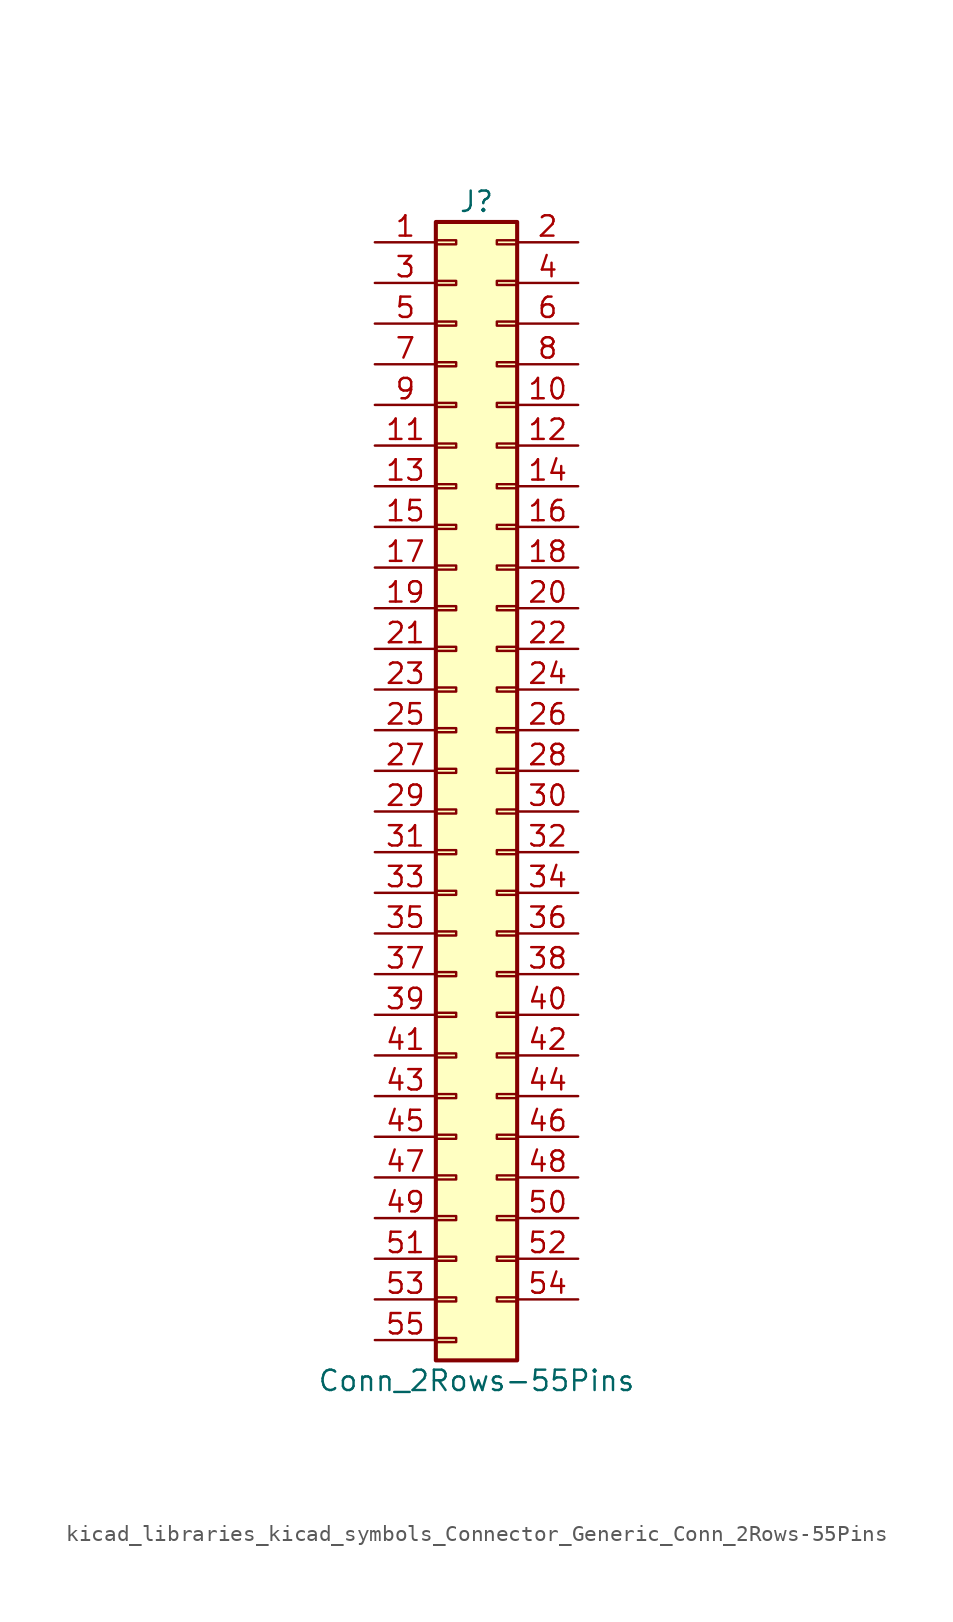
<source format=kicad_sym>
(kicad_symbol_lib
  (version 20220914)
  (generator kicad_symbol_editor)
  (symbol "kicad_libraries_kicad_symbols_Connector_Generic_Conn_2Rows-55Pins"
    (pin_names
      (offset 1.016) hide)
    (property "Reference" "J"
      (at 1.27 35.56 0)
      (effects (font (size 1.27 1.27))))
    (property "Value" "Conn_2Rows-55Pins"
      (at 1.27 -38.1 0)
      (effects (font (size 1.27 1.27))))
    (symbol "kicad_libraries_kicad_symbols_Connector_Generic_Conn_2Rows-55Pins_1_1"
      (rectangle (start -1.27 -35.433) (end 0 -35.687) (stroke (width 0.152) (type default)) (fill (type none)))
      (rectangle (start -1.27 -32.893) (end 0 -33.147) (stroke (width 0.152) (type default)) (fill (type none)))
      (rectangle (start -1.27 -30.353) (end 0 -30.607) (stroke (width 0.152) (type default)) (fill (type none)))
      (rectangle (start -1.27 -27.813) (end 0 -28.067) (stroke (width 0.152) (type default)) (fill (type none)))
      (rectangle (start -1.27 -25.273) (end 0 -25.527) (stroke (width 0.152) (type default)) (fill (type none)))
      (rectangle (start -1.27 -22.733) (end 0 -22.987) (stroke (width 0.152) (type default)) (fill (type none)))
      (rectangle (start -1.27 -20.193) (end 0 -20.447) (stroke (width 0.152) (type default)) (fill (type none)))
      (rectangle (start -1.27 -17.653) (end 0 -17.907) (stroke (width 0.152) (type default)) (fill (type none)))
      (rectangle (start -1.27 -15.113) (end 0 -15.367) (stroke (width 0.152) (type default)) (fill (type none)))
      (rectangle (start -1.27 -12.573) (end 0 -12.827) (stroke (width 0.152) (type default)) (fill (type none)))
      (rectangle (start -1.27 -10.033) (end 0 -10.287) (stroke (width 0.152) (type default)) (fill (type none)))
      (rectangle (start -1.27 -7.493) (end 0 -7.747) (stroke (width 0.152) (type default)) (fill (type none)))
      (rectangle (start -1.27 -4.953) (end 0 -5.207) (stroke (width 0.152) (type default)) (fill (type none)))
      (rectangle (start -1.27 -2.413) (end 0 -2.667) (stroke (width 0.152) (type default)) (fill (type none)))
      (rectangle (start -1.27 0.127) (end 0 -0.127) (stroke (width 0.152) (type default)) (fill (type none)))
      (rectangle (start -1.27 2.667) (end 0 2.413) (stroke (width 0.152) (type default)) (fill (type none)))
      (rectangle (start -1.27 5.207) (end 0 4.953) (stroke (width 0.152) (type default)) (fill (type none)))
      (rectangle (start -1.27 7.747) (end 0 7.493) (stroke (width 0.152) (type default)) (fill (type none)))
      (rectangle (start -1.27 10.287) (end 0 10.033) (stroke (width 0.152) (type default)) (fill (type none)))
      (rectangle (start -1.27 12.827) (end 0 12.573) (stroke (width 0.152) (type default)) (fill (type none)))
      (rectangle (start -1.27 15.367) (end 0 15.113) (stroke (width 0.152) (type default)) (fill (type none)))
      (rectangle (start -1.27 17.907) (end 0 17.653) (stroke (width 0.152) (type default)) (fill (type none)))
      (rectangle (start -1.27 20.447) (end 0 20.193) (stroke (width 0.152) (type default)) (fill (type none)))
      (rectangle (start -1.27 22.987) (end 0 22.733) (stroke (width 0.152) (type default)) (fill (type none)))
      (rectangle (start -1.27 25.527) (end 0 25.273) (stroke (width 0.152) (type default)) (fill (type none)))
      (rectangle (start -1.27 28.067) (end 0 27.813) (stroke (width 0.152) (type default)) (fill (type none)))
      (rectangle (start -1.27 30.607) (end 0 30.353) (stroke (width 0.152) (type default)) (fill (type none)))
      (rectangle (start -1.27 33.147) (end 0 32.893) (stroke (width 0.152) (type default)) (fill (type none)))
      (rectangle (start -1.27 34.29) (end 3.81 -36.83) (stroke (width 0.254) (type default)) (fill (type background)))
      (rectangle (start 3.81 -32.893) (end 2.54 -33.147) (stroke (width 0.152) (type default)) (fill (type none)))
      (rectangle (start 3.81 -30.353) (end 2.54 -30.607) (stroke (width 0.152) (type default)) (fill (type none)))
      (rectangle (start 3.81 -27.813) (end 2.54 -28.067) (stroke (width 0.152) (type default)) (fill (type none)))
      (rectangle (start 3.81 -25.273) (end 2.54 -25.527) (stroke (width 0.152) (type default)) (fill (type none)))
      (rectangle (start 3.81 -22.733) (end 2.54 -22.987) (stroke (width 0.152) (type default)) (fill (type none)))
      (rectangle (start 3.81 -20.193) (end 2.54 -20.447) (stroke (width 0.152) (type default)) (fill (type none)))
      (rectangle (start 3.81 -17.653) (end 2.54 -17.907) (stroke (width 0.152) (type default)) (fill (type none)))
      (rectangle (start 3.81 -15.113) (end 2.54 -15.367) (stroke (width 0.152) (type default)) (fill (type none)))
      (rectangle (start 3.81 -12.573) (end 2.54 -12.827) (stroke (width 0.152) (type default)) (fill (type none)))
      (rectangle (start 3.81 -10.033) (end 2.54 -10.287) (stroke (width 0.152) (type default)) (fill (type none)))
      (rectangle (start 3.81 -7.493) (end 2.54 -7.747) (stroke (width 0.152) (type default)) (fill (type none)))
      (rectangle (start 3.81 -4.953) (end 2.54 -5.207) (stroke (width 0.152) (type default)) (fill (type none)))
      (rectangle (start 3.81 -2.413) (end 2.54 -2.667) (stroke (width 0.152) (type default)) (fill (type none)))
      (rectangle (start 3.81 0.127) (end 2.54 -0.127) (stroke (width 0.152) (type default)) (fill (type none)))
      (rectangle (start 3.81 2.667) (end 2.54 2.413) (stroke (width 0.152) (type default)) (fill (type none)))
      (rectangle (start 3.81 5.207) (end 2.54 4.953) (stroke (width 0.152) (type default)) (fill (type none)))
      (rectangle (start 3.81 7.747) (end 2.54 7.493) (stroke (width 0.152) (type default)) (fill (type none)))
      (rectangle (start 3.81 10.287) (end 2.54 10.033) (stroke (width 0.152) (type default)) (fill (type none)))
      (rectangle (start 3.81 12.827) (end 2.54 12.573) (stroke (width 0.152) (type default)) (fill (type none)))
      (rectangle (start 3.81 15.367) (end 2.54 15.113) (stroke (width 0.152) (type default)) (fill (type none)))
      (rectangle (start 3.81 17.907) (end 2.54 17.653) (stroke (width 0.152) (type default)) (fill (type none)))
      (rectangle (start 3.81 20.447) (end 2.54 20.193) (stroke (width 0.152) (type default)) (fill (type none)))
      (rectangle (start 3.81 22.987) (end 2.54 22.733) (stroke (width 0.152) (type default)) (fill (type none)))
      (rectangle (start 3.81 25.527) (end 2.54 25.273) (stroke (width 0.152) (type default)) (fill (type none)))
      (rectangle (start 3.81 28.067) (end 2.54 27.813) (stroke (width 0.152) (type default)) (fill (type none)))
      (rectangle (start 3.81 30.607) (end 2.54 30.353) (stroke (width 0.152) (type default)) (fill (type none)))
      (rectangle (start 3.81 33.147) (end 2.54 32.893) (stroke (width 0.152) (type default)) (fill (type none)))
      (pin passive line (at -5.08 33.02 0) (length 3.81) (name "Pin_1" (effects (font (size 1.27 1.27)))) (number "1" (effects (font (size 1.27 1.27)))))
      (pin passive line (at 7.62 22.86 180) (length 3.81) (name "Pin_10" (effects (font (size 1.27 1.27)))) (number "10" (effects (font (size 1.27 1.27)))))
      (pin passive line (at -5.08 20.32 0) (length 3.81) (name "Pin_11" (effects (font (size 1.27 1.27)))) (number "11" (effects (font (size 1.27 1.27)))))
      (pin passive line (at 7.62 20.32 180) (length 3.81) (name "Pin_12" (effects (font (size 1.27 1.27)))) (number "12" (effects (font (size 1.27 1.27)))))
      (pin passive line (at -5.08 17.78 0) (length 3.81) (name "Pin_13" (effects (font (size 1.27 1.27)))) (number "13" (effects (font (size 1.27 1.27)))))
      (pin passive line (at 7.62 17.78 180) (length 3.81) (name "Pin_14" (effects (font (size 1.27 1.27)))) (number "14" (effects (font (size 1.27 1.27)))))
      (pin passive line (at -5.08 15.24 0) (length 3.81) (name "Pin_15" (effects (font (size 1.27 1.27)))) (number "15" (effects (font (size 1.27 1.27)))))
      (pin passive line (at 7.62 15.24 180) (length 3.81) (name "Pin_16" (effects (font (size 1.27 1.27)))) (number "16" (effects (font (size 1.27 1.27)))))
      (pin passive line (at -5.08 12.7 0) (length 3.81) (name "Pin_17" (effects (font (size 1.27 1.27)))) (number "17" (effects (font (size 1.27 1.27)))))
      (pin passive line (at 7.62 12.7 180) (length 3.81) (name "Pin_18" (effects (font (size 1.27 1.27)))) (number "18" (effects (font (size 1.27 1.27)))))
      (pin passive line (at -5.08 10.16 0) (length 3.81) (name "Pin_19" (effects (font (size 1.27 1.27)))) (number "19" (effects (font (size 1.27 1.27)))))
      (pin passive line (at 7.62 33.02 180) (length 3.81) (name "Pin_2" (effects (font (size 1.27 1.27)))) (number "2" (effects (font (size 1.27 1.27)))))
      (pin passive line (at 7.62 10.16 180) (length 3.81) (name "Pin_20" (effects (font (size 1.27 1.27)))) (number "20" (effects (font (size 1.27 1.27)))))
      (pin passive line (at -5.08 7.62 0) (length 3.81) (name "Pin_21" (effects (font (size 1.27 1.27)))) (number "21" (effects (font (size 1.27 1.27)))))
      (pin passive line (at 7.62 7.62 180) (length 3.81) (name "Pin_22" (effects (font (size 1.27 1.27)))) (number "22" (effects (font (size 1.27 1.27)))))
      (pin passive line (at -5.08 5.08 0) (length 3.81) (name "Pin_23" (effects (font (size 1.27 1.27)))) (number "23" (effects (font (size 1.27 1.27)))))
      (pin passive line (at 7.62 5.08 180) (length 3.81) (name "Pin_24" (effects (font (size 1.27 1.27)))) (number "24" (effects (font (size 1.27 1.27)))))
      (pin passive line (at -5.08 2.54 0) (length 3.81) (name "Pin_25" (effects (font (size 1.27 1.27)))) (number "25" (effects (font (size 1.27 1.27)))))
      (pin passive line (at 7.62 2.54 180) (length 3.81) (name "Pin_26" (effects (font (size 1.27 1.27)))) (number "26" (effects (font (size 1.27 1.27)))))
      (pin passive line (at -5.08 0 0) (length 3.81) (name "Pin_27" (effects (font (size 1.27 1.27)))) (number "27" (effects (font (size 1.27 1.27)))))
      (pin passive line (at 7.62 0 180) (length 3.81) (name "Pin_28" (effects (font (size 1.27 1.27)))) (number "28" (effects (font (size 1.27 1.27)))))
      (pin passive line (at -5.08 -2.54 0) (length 3.81) (name "Pin_29" (effects (font (size 1.27 1.27)))) (number "29" (effects (font (size 1.27 1.27)))))
      (pin passive line (at -5.08 30.48 0) (length 3.81) (name "Pin_3" (effects (font (size 1.27 1.27)))) (number "3" (effects (font (size 1.27 1.27)))))
      (pin passive line (at 7.62 -2.54 180) (length 3.81) (name "Pin_30" (effects (font (size 1.27 1.27)))) (number "30" (effects (font (size 1.27 1.27)))))
      (pin passive line (at -5.08 -5.08 0) (length 3.81) (name "Pin_31" (effects (font (size 1.27 1.27)))) (number "31" (effects (font (size 1.27 1.27)))))
      (pin passive line (at 7.62 -5.08 180) (length 3.81) (name "Pin_32" (effects (font (size 1.27 1.27)))) (number "32" (effects (font (size 1.27 1.27)))))
      (pin passive line (at -5.08 -7.62 0) (length 3.81) (name "Pin_33" (effects (font (size 1.27 1.27)))) (number "33" (effects (font (size 1.27 1.27)))))
      (pin passive line (at 7.62 -7.62 180) (length 3.81) (name "Pin_34" (effects (font (size 1.27 1.27)))) (number "34" (effects (font (size 1.27 1.27)))))
      (pin passive line (at -5.08 -10.16 0) (length 3.81) (name "Pin_35" (effects (font (size 1.27 1.27)))) (number "35" (effects (font (size 1.27 1.27)))))
      (pin passive line (at 7.62 -10.16 180) (length 3.81) (name "Pin_36" (effects (font (size 1.27 1.27)))) (number "36" (effects (font (size 1.27 1.27)))))
      (pin passive line (at -5.08 -12.7 0) (length 3.81) (name "Pin_37" (effects (font (size 1.27 1.27)))) (number "37" (effects (font (size 1.27 1.27)))))
      (pin passive line (at 7.62 -12.7 180) (length 3.81) (name "Pin_38" (effects (font (size 1.27 1.27)))) (number "38" (effects (font (size 1.27 1.27)))))
      (pin passive line (at -5.08 -15.24 0) (length 3.81) (name "Pin_39" (effects (font (size 1.27 1.27)))) (number "39" (effects (font (size 1.27 1.27)))))
      (pin passive line (at 7.62 30.48 180) (length 3.81) (name "Pin_4" (effects (font (size 1.27 1.27)))) (number "4" (effects (font (size 1.27 1.27)))))
      (pin passive line (at 7.62 -15.24 180) (length 3.81) (name "Pin_40" (effects (font (size 1.27 1.27)))) (number "40" (effects (font (size 1.27 1.27)))))
      (pin passive line (at -5.08 -17.78 0) (length 3.81) (name "Pin_41" (effects (font (size 1.27 1.27)))) (number "41" (effects (font (size 1.27 1.27)))))
      (pin passive line (at 7.62 -17.78 180) (length 3.81) (name "Pin_42" (effects (font (size 1.27 1.27)))) (number "42" (effects (font (size 1.27 1.27)))))
      (pin passive line (at -5.08 -20.32 0) (length 3.81) (name "Pin_43" (effects (font (size 1.27 1.27)))) (number "43" (effects (font (size 1.27 1.27)))))
      (pin passive line (at 7.62 -20.32 180) (length 3.81) (name "Pin_44" (effects (font (size 1.27 1.27)))) (number "44" (effects (font (size 1.27 1.27)))))
      (pin passive line (at -5.08 -22.86 0) (length 3.81) (name "Pin_45" (effects (font (size 1.27 1.27)))) (number "45" (effects (font (size 1.27 1.27)))))
      (pin passive line (at 7.62 -22.86 180) (length 3.81) (name "Pin_46" (effects (font (size 1.27 1.27)))) (number "46" (effects (font (size 1.27 1.27)))))
      (pin passive line (at -5.08 -25.4 0) (length 3.81) (name "Pin_47" (effects (font (size 1.27 1.27)))) (number "47" (effects (font (size 1.27 1.27)))))
      (pin passive line (at 7.62 -25.4 180) (length 3.81) (name "Pin_48" (effects (font (size 1.27 1.27)))) (number "48" (effects (font (size 1.27 1.27)))))
      (pin passive line (at -5.08 -27.94 0) (length 3.81) (name "Pin_49" (effects (font (size 1.27 1.27)))) (number "49" (effects (font (size 1.27 1.27)))))
      (pin passive line (at -5.08 27.94 0) (length 3.81) (name "Pin_5" (effects (font (size 1.27 1.27)))) (number "5" (effects (font (size 1.27 1.27)))))
      (pin passive line (at 7.62 -27.94 180) (length 3.81) (name "Pin_50" (effects (font (size 1.27 1.27)))) (number "50" (effects (font (size 1.27 1.27)))))
      (pin passive line (at -5.08 -30.48 0) (length 3.81) (name "Pin_51" (effects (font (size 1.27 1.27)))) (number "51" (effects (font (size 1.27 1.27)))))
      (pin passive line (at 7.62 -30.48 180) (length 3.81) (name "Pin_52" (effects (font (size 1.27 1.27)))) (number "52" (effects (font (size 1.27 1.27)))))
      (pin passive line (at -5.08 -33.02 0) (length 3.81) (name "Pin_53" (effects (font (size 1.27 1.27)))) (number "53" (effects (font (size 1.27 1.27)))))
      (pin passive line (at 7.62 -33.02 180) (length 3.81) (name "Pin_54" (effects (font (size 1.27 1.27)))) (number "54" (effects (font (size 1.27 1.27)))))
      (pin passive line (at -5.08 -35.56 0) (length 3.81) (name "Pin_55" (effects (font (size 1.27 1.27)))) (number "55" (effects (font (size 1.27 1.27)))))
      (pin passive line (at 7.62 27.94 180) (length 3.81) (name "Pin_6" (effects (font (size 1.27 1.27)))) (number "6" (effects (font (size 1.27 1.27)))))
      (pin passive line (at -5.08 25.4 0) (length 3.81) (name "Pin_7" (effects (font (size 1.27 1.27)))) (number "7" (effects (font (size 1.27 1.27)))))
      (pin passive line (at 7.62 25.4 180) (length 3.81) (name "Pin_8" (effects (font (size 1.27 1.27)))) (number "8" (effects (font (size 1.27 1.27)))))
      (pin passive line (at -5.08 22.86 0) (length 3.81) (name "Pin_9" (effects (font (size 1.27 1.27)))) (number "9" (effects (font (size 1.27 1.27))))))))
</source>
